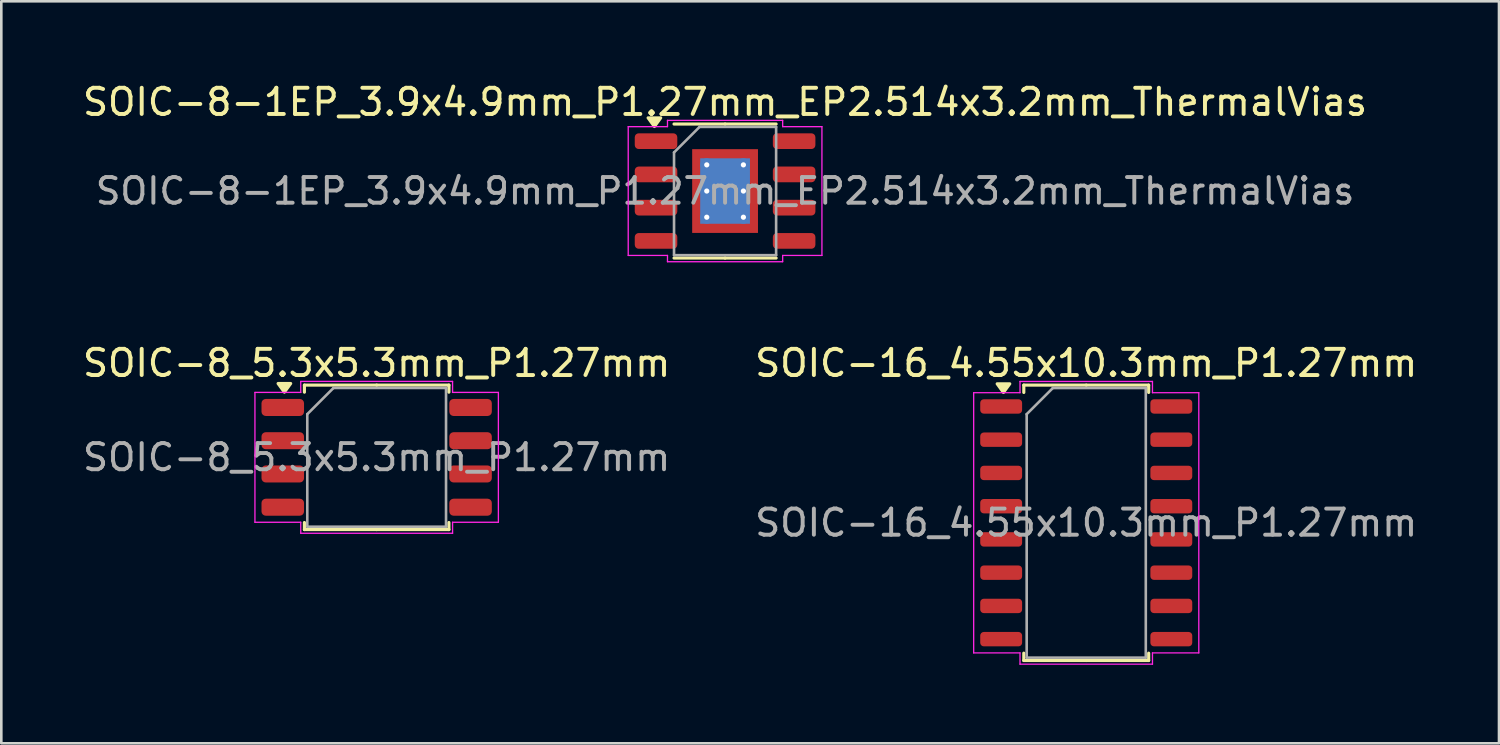
<source format=kicad_pcb>
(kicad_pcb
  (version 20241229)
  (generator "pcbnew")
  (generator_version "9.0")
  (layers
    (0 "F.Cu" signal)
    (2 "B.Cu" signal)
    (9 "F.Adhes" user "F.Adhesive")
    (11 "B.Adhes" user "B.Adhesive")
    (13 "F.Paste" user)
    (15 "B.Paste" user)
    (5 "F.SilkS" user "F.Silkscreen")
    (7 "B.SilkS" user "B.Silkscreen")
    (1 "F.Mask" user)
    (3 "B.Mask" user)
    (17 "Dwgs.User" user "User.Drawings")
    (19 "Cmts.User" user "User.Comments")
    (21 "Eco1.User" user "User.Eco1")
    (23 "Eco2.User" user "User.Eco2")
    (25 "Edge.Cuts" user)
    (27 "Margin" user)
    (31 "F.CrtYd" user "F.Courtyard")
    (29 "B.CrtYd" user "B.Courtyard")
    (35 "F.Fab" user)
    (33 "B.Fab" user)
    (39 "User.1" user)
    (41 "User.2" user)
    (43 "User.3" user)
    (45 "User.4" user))
  (footprint "SOIC-16_4.55x10.3mm_P1.27mm"
    (layer "F.Cu")
    (at 38.446 16.922)
    (property "Reference" "SOIC-16_4.55x10.3mm_P1.27mm" (at 0 -6.1 0) (layer "F.SilkS") (effects (font (size 1 1) (thickness 0.15))))
    (attr smd)
    (fp_line (start -2.385 -5.26) (end -2.385 -4.98) (stroke (width 0.12) (type solid)) (layer "F.SilkS"))
    (fp_line (start -2.385 5.26) (end -2.385 4.98) (stroke (width 0.12) (type solid)) (layer "F.SilkS"))
    (fp_line (start 0 -5.26) (end -2.385 -5.26) (stroke (width 0.12) (type solid)) (layer "F.SilkS"))
    (fp_line (start 0 -5.26) (end 2.385 -5.26) (stroke (width 0.12) (type solid)) (layer "F.SilkS"))
    (fp_line (start 0 5.26) (end -2.385 5.26) (stroke (width 0.12) (type solid)) (layer "F.SilkS"))
    (fp_line (start 0 5.26) (end 2.385 5.26) (stroke (width 0.12) (type solid)) (layer "F.SilkS"))
    (fp_line (start 2.385 -5.26) (end 2.385 -4.98) (stroke (width 0.12) (type solid)) (layer "F.SilkS"))
    (fp_line (start 2.385 5.26) (end 2.385 4.98) (stroke (width 0.12) (type solid)) (layer "F.SilkS"))
    (fp_poly (pts (xy -3.163 -4.98) (xy -3.402 -5.31) (xy -2.922 -5.31)) (stroke (width 0.12) (type solid)) (fill yes) (layer "F.SilkS"))
    (fp_line (start -4.3 -4.97) (end -2.53 -4.97) (stroke (width 0.05) (type solid)) (layer "F.CrtYd"))
    (fp_line (start -4.3 4.97) (end -4.3 -4.97) (stroke (width 0.05) (type solid)) (layer "F.CrtYd"))
    (fp_line (start -2.53 -5.4) (end 2.53 -5.4) (stroke (width 0.05) (type solid)) (layer "F.CrtYd"))
    (fp_line (start -2.53 -4.97) (end -2.53 -5.4) (stroke (width 0.05) (type solid)) (layer "F.CrtYd"))
    (fp_line (start -2.53 4.97) (end -4.3 4.97) (stroke (width 0.05) (type solid)) (layer "F.CrtYd"))
    (fp_line (start -2.53 5.4) (end -2.53 4.97) (stroke (width 0.05) (type solid)) (layer "F.CrtYd"))
    (fp_line (start 2.53 -5.4) (end 2.53 -4.97) (stroke (width 0.05) (type solid)) (layer "F.CrtYd"))
    (fp_line (start 2.53 -4.97) (end 4.3 -4.97) (stroke (width 0.05) (type solid)) (layer "F.CrtYd"))
    (fp_line (start 2.53 4.97) (end 2.53 5.4) (stroke (width 0.05) (type solid)) (layer "F.CrtYd"))
    (fp_line (start 2.53 5.4) (end -2.53 5.4) (stroke (width 0.05) (type solid)) (layer "F.CrtYd"))
    (fp_line (start 4.3 -4.97) (end 4.3 4.97) (stroke (width 0.05) (type solid)) (layer "F.CrtYd"))
    (fp_line (start 4.3 4.97) (end 2.53 4.97) (stroke (width 0.05) (type solid)) (layer "F.CrtYd"))
    (fp_line (start -2.275 -4.15) (end -1.275 -5.15) (stroke (width 0.1) (type solid)) (layer "F.Fab"))
    (fp_line (start -2.275 5.15) (end -2.275 -4.15) (stroke (width 0.1) (type solid)) (layer "F.Fab"))
    (fp_line (start -1.275 -5.15) (end 2.275 -5.15) (stroke (width 0.1) (type solid)) (layer "F.Fab"))
    (fp_line (start 2.275 -5.15) (end 2.275 5.15) (stroke (width 0.1) (type solid)) (layer "F.Fab"))
    (fp_line (start 2.275 5.15) (end -2.275 5.15) (stroke (width 0.1) (type solid)) (layer "F.Fab"))
    (fp_text user "${REFERENCE}" (at 0 0 0) (layer "F.Fab") (effects (font (size 1 1) (thickness 0.15))))
    (pad "1" smd roundrect (at -3.25 -4.445) (size 1.6 0.55) (layers "F.Cu" "F.Mask" "F.Paste") (roundrect_rratio 0.25))
    (pad "2" smd roundrect (at -3.25 -3.175) (size 1.6 0.55) (layers "F.Cu" "F.Mask" "F.Paste") (roundrect_rratio 0.25))
    (pad "3" smd roundrect (at -3.25 -1.905) (size 1.6 0.55) (layers "F.Cu" "F.Mask" "F.Paste") (roundrect_rratio 0.25))
    (pad "4" smd roundrect (at -3.25 -0.635) (size 1.6 0.55) (layers "F.Cu" "F.Mask" "F.Paste") (roundrect_rratio 0.25))
    (pad "5" smd roundrect (at -3.25 0.635) (size 1.6 0.55) (layers "F.Cu" "F.Mask" "F.Paste") (roundrect_rratio 0.25))
    (pad "6" smd roundrect (at -3.25 1.905) (size 1.6 0.55) (layers "F.Cu" "F.Mask" "F.Paste") (roundrect_rratio 0.25))
    (pad "7" smd roundrect (at -3.25 3.175) (size 1.6 0.55) (layers "F.Cu" "F.Mask" "F.Paste") (roundrect_rratio 0.25))
    (pad "8" smd roundrect (at -3.25 4.445) (size 1.6 0.55) (layers "F.Cu" "F.Mask" "F.Paste") (roundrect_rratio 0.25))
    (pad "9" smd roundrect (at 3.25 4.445) (size 1.6 0.55) (layers "F.Cu" "F.Mask" "F.Paste") (roundrect_rratio 0.25))
    (pad "10" smd roundrect (at 3.25 3.175) (size 1.6 0.55) (layers "F.Cu" "F.Mask" "F.Paste") (roundrect_rratio 0.25))
    (pad "11" smd roundrect (at 3.25 1.905) (size 1.6 0.55) (layers "F.Cu" "F.Mask" "F.Paste") (roundrect_rratio 0.25))
    (pad "12" smd roundrect (at 3.25 0.635) (size 1.6 0.55) (layers "F.Cu" "F.Mask" "F.Paste") (roundrect_rratio 0.25))
    (pad "13" smd roundrect (at 3.25 -0.635) (size 1.6 0.55) (layers "F.Cu" "F.Mask" "F.Paste") (roundrect_rratio 0.25))
    (pad "14" smd roundrect (at 3.25 -1.905) (size 1.6 0.55) (layers "F.Cu" "F.Mask" "F.Paste") (roundrect_rratio 0.25))
    (pad "15" smd roundrect (at 3.25 -3.175) (size 1.6 0.55) (layers "F.Cu" "F.Mask" "F.Paste") (roundrect_rratio 0.25))
    (pad "16" smd roundrect (at 3.25 -4.445) (size 1.6 0.55) (layers "F.Cu" "F.Mask" "F.Paste") (roundrect_rratio 0.25)))
  (footprint "SOIC-8-1EP_3.9x4.9mm_P1.27mm_EP2.514x3.2mm_ThermalVias"
    (layer "F.Cu")
    (at 24.649 4.248)
    (property "Reference" "SOIC-8-1EP_3.9x4.9mm_P1.27mm_EP2.514x3.2mm_ThermalVias" (at 0 -3.4 0) (layer "F.SilkS") (effects (font (size 1 1) (thickness 0.15))))
    (attr smd)
    (fp_line (start 0 -2.56) (end -1.95 -2.56) (stroke (width 0.12) (type solid)) (layer "F.SilkS"))
    (fp_line (start 0 -2.56) (end 1.95 -2.56) (stroke (width 0.12) (type solid)) (layer "F.SilkS"))
    (fp_line (start 0 2.56) (end -1.95 2.56) (stroke (width 0.12) (type solid)) (layer "F.SilkS"))
    (fp_line (start 0 2.56) (end 1.95 2.56) (stroke (width 0.12) (type solid)) (layer "F.SilkS"))
    (fp_poly (pts (xy -2.7 -2.465) (xy -2.94 -2.795) (xy -2.46 -2.795)) (stroke (width 0.12) (type solid)) (fill yes) (layer "F.SilkS"))
    (fp_line (start -3.7 -2.46) (end -2.2 -2.46) (stroke (width 0.05) (type solid)) (layer "F.CrtYd"))
    (fp_line (start -3.7 2.46) (end -3.7 -2.46) (stroke (width 0.05) (type solid)) (layer "F.CrtYd"))
    (fp_line (start -2.2 -2.7) (end 2.2 -2.7) (stroke (width 0.05) (type solid)) (layer "F.CrtYd"))
    (fp_line (start -2.2 -2.46) (end -2.2 -2.7) (stroke (width 0.05) (type solid)) (layer "F.CrtYd"))
    (fp_line (start -2.2 2.46) (end -3.7 2.46) (stroke (width 0.05) (type solid)) (layer "F.CrtYd"))
    (fp_line (start -2.2 2.7) (end -2.2 2.46) (stroke (width 0.05) (type solid)) (layer "F.CrtYd"))
    (fp_line (start 2.2 -2.7) (end 2.2 -2.46) (stroke (width 0.05) (type solid)) (layer "F.CrtYd"))
    (fp_line (start 2.2 -2.46) (end 3.7 -2.46) (stroke (width 0.05) (type solid)) (layer "F.CrtYd"))
    (fp_line (start 2.2 2.46) (end 2.2 2.7) (stroke (width 0.05) (type solid)) (layer "F.CrtYd"))
    (fp_line (start 2.2 2.7) (end -2.2 2.7) (stroke (width 0.05) (type solid)) (layer "F.CrtYd"))
    (fp_line (start 3.7 -2.46) (end 3.7 2.46) (stroke (width 0.05) (type solid)) (layer "F.CrtYd"))
    (fp_line (start 3.7 2.46) (end 2.2 2.46) (stroke (width 0.05) (type solid)) (layer "F.CrtYd"))
    (fp_line (start -1.95 -1.475) (end -0.975 -2.45) (stroke (width 0.1) (type solid)) (layer "F.Fab"))
    (fp_line (start -1.95 2.45) (end -1.95 -1.475) (stroke (width 0.1) (type solid)) (layer "F.Fab"))
    (fp_line (start -0.975 -2.45) (end 1.95 -2.45) (stroke (width 0.1) (type solid)) (layer "F.Fab"))
    (fp_line (start 1.95 -2.45) (end 1.95 2.45) (stroke (width 0.1) (type solid)) (layer "F.Fab"))
    (fp_line (start 1.95 2.45) (end -1.95 2.45) (stroke (width 0.1) (type solid)) (layer "F.Fab"))
    (fp_text user "${REFERENCE}" (at 0 0 0) (layer "F.Fab") (effects (font (size 0.98 0.98) (thickness 0.15))))
    (pad "" smd roundrect (at -0.63 -0.8) (size 1.05 1.34) (layers "F.Paste") (roundrect_rratio 0.238))
    (pad "" smd roundrect (at -0.63 0.8) (size 1.05 1.34) (layers "F.Paste") (roundrect_rratio 0.238))
    (pad "" smd roundrect (at 0.63 -0.8) (size 1.05 1.34) (layers "F.Paste") (roundrect_rratio 0.238))
    (pad "" smd roundrect (at 0.63 0.8) (size 1.05 1.34) (layers "F.Paste") (roundrect_rratio 0.238))
    (pad "1" smd roundrect (at -2.638 -1.905) (size 1.625 0.6) (layers "F.Cu" "F.Mask" "F.Paste") (roundrect_rratio 0.25))
    (pad "2" smd roundrect (at -2.638 -0.635) (size 1.625 0.6) (layers "F.Cu" "F.Mask" "F.Paste") (roundrect_rratio 0.25))
    (pad "3" smd roundrect (at -2.638 0.635) (size 1.625 0.6) (layers "F.Cu" "F.Mask" "F.Paste") (roundrect_rratio 0.25))
    (pad "4" smd roundrect (at -2.638 1.905) (size 1.625 0.6) (layers "F.Cu" "F.Mask" "F.Paste") (roundrect_rratio 0.25))
    (pad "5" smd roundrect (at 2.638 1.905) (size 1.625 0.6) (layers "F.Cu" "F.Mask" "F.Paste") (roundrect_rratio 0.25))
    (pad "6" smd roundrect (at 2.638 0.635) (size 1.625 0.6) (layers "F.Cu" "F.Mask" "F.Paste") (roundrect_rratio 0.25))
    (pad "7" smd roundrect (at 2.638 -0.635) (size 1.625 0.6) (layers "F.Cu" "F.Mask" "F.Paste") (roundrect_rratio 0.25))
    (pad "8" smd roundrect (at 2.638 -1.905) (size 1.625 0.6) (layers "F.Cu" "F.Mask" "F.Paste") (roundrect_rratio 0.25))
    (pad "9" thru_hole circle (at -0.7 -1) (size 0.5 0.5) (drill 0.2) (property pad_prop_heatsink) (layers "*.Cu"))
    (pad "9" thru_hole circle (at -0.7 0) (size 0.5 0.5) (drill 0.2) (property pad_prop_heatsink) (layers "*.Cu"))
    (pad "9" thru_hole circle (at -0.7 1) (size 0.5 0.5) (drill 0.2) (property pad_prop_heatsink) (layers "*.Cu"))
    (pad "9" smd rect (at 0 0) (size 1.9 2.5) (property pad_prop_heatsink) (layers "B.Cu"))
    (pad "9" smd rect (at 0 0) (size 2.514 3.2) (property pad_prop_heatsink) (layers "F.Cu" "F.Mask"))
    (pad "9" thru_hole circle (at 0.7 -1) (size 0.5 0.5) (drill 0.2) (property pad_prop_heatsink) (layers "*.Cu"))
    (pad "9" thru_hole circle (at 0.7 0) (size 0.5 0.5) (drill 0.2) (property pad_prop_heatsink) (layers "*.Cu"))
    (pad "9" thru_hole circle (at 0.7 1) (size 0.5 0.5) (drill 0.2) (property pad_prop_heatsink) (layers "*.Cu")))
  (footprint "SOIC-8_5.3x5.3mm_P1.27mm"
    (layer "F.Cu")
    (at 11.339 14.421)
    (property "Reference" "SOIC-8_5.3x5.3mm_P1.27mm" (at 0 -3.6 0) (layer "F.SilkS") (effects (font (size 1 1) (thickness 0.15))))
    (attr smd)
    (fp_line (start -2.76 -2.76) (end -2.76 -2.49) (stroke (width 0.12) (type solid)) (layer "F.SilkS"))
    (fp_line (start -2.76 2.76) (end -2.76 2.49) (stroke (width 0.12) (type solid)) (layer "F.SilkS"))
    (fp_line (start 0 -2.76) (end -2.76 -2.76) (stroke (width 0.12) (type solid)) (layer "F.SilkS"))
    (fp_line (start 0 -2.76) (end 2.76 -2.76) (stroke (width 0.12) (type solid)) (layer "F.SilkS"))
    (fp_line (start 0 2.76) (end -2.76 2.76) (stroke (width 0.12) (type solid)) (layer "F.SilkS"))
    (fp_line (start 0 2.76) (end 2.76 2.76) (stroke (width 0.12) (type solid)) (layer "F.SilkS"))
    (fp_line (start 2.76 -2.76) (end 2.76 -2.49) (stroke (width 0.12) (type solid)) (layer "F.SilkS"))
    (fp_line (start 2.76 2.76) (end 2.76 2.49) (stroke (width 0.12) (type solid)) (layer "F.SilkS"))
    (fp_poly (pts (xy -3.525 -2.49) (xy -3.765 -2.82) (xy -3.285 -2.82)) (stroke (width 0.12) (type solid)) (fill yes) (layer "F.SilkS"))
    (fp_line (start -4.65 -2.48) (end -2.9 -2.48) (stroke (width 0.05) (type solid)) (layer "F.CrtYd"))
    (fp_line (start -4.65 2.48) (end -4.65 -2.48) (stroke (width 0.05) (type solid)) (layer "F.CrtYd"))
    (fp_line (start -2.9 -2.9) (end 2.9 -2.9) (stroke (width 0.05) (type solid)) (layer "F.CrtYd"))
    (fp_line (start -2.9 -2.48) (end -2.9 -2.9) (stroke (width 0.05) (type solid)) (layer "F.CrtYd"))
    (fp_line (start -2.9 2.48) (end -4.65 2.48) (stroke (width 0.05) (type solid)) (layer "F.CrtYd"))
    (fp_line (start -2.9 2.9) (end -2.9 2.48) (stroke (width 0.05) (type solid)) (layer "F.CrtYd"))
    (fp_line (start 2.9 -2.9) (end 2.9 -2.48) (stroke (width 0.05) (type solid)) (layer "F.CrtYd"))
    (fp_line (start 2.9 -2.48) (end 4.65 -2.48) (stroke (width 0.05) (type solid)) (layer "F.CrtYd"))
    (fp_line (start 2.9 2.48) (end 2.9 2.9) (stroke (width 0.05) (type solid)) (layer "F.CrtYd"))
    (fp_line (start 2.9 2.9) (end -2.9 2.9) (stroke (width 0.05) (type solid)) (layer "F.CrtYd"))
    (fp_line (start 4.65 -2.48) (end 4.65 2.48) (stroke (width 0.05) (type solid)) (layer "F.CrtYd"))
    (fp_line (start 4.65 2.48) (end 2.9 2.48) (stroke (width 0.05) (type solid)) (layer "F.CrtYd"))
    (fp_line (start -2.65 -1.65) (end -1.65 -2.65) (stroke (width 0.1) (type solid)) (layer "F.Fab"))
    (fp_line (start -2.65 2.65) (end -2.65 -1.65) (stroke (width 0.1) (type solid)) (layer "F.Fab"))
    (fp_line (start -1.65 -2.65) (end 2.65 -2.65) (stroke (width 0.1) (type solid)) (layer "F.Fab"))
    (fp_line (start 2.65 -2.65) (end 2.65 2.65) (stroke (width 0.1) (type solid)) (layer "F.Fab"))
    (fp_line (start 2.65 2.65) (end -2.65 2.65) (stroke (width 0.1) (type solid)) (layer "F.Fab"))
    (fp_text user "${REFERENCE}" (at 0 0 0) (layer "F.Fab") (effects (font (size 1 1) (thickness 0.15))))
    (pad "1" smd roundrect (at -3.587 -1.905) (size 1.625 0.65) (layers "F.Cu" "F.Mask" "F.Paste") (roundrect_rratio 0.25))
    (pad "2" smd roundrect (at -3.587 -0.635) (size 1.625 0.65) (layers "F.Cu" "F.Mask" "F.Paste") (roundrect_rratio 0.25))
    (pad "3" smd roundrect (at -3.587 0.635) (size 1.625 0.65) (layers "F.Cu" "F.Mask" "F.Paste") (roundrect_rratio 0.25))
    (pad "4" smd roundrect (at -3.587 1.905) (size 1.625 0.65) (layers "F.Cu" "F.Mask" "F.Paste") (roundrect_rratio 0.25))
    (pad "5" smd roundrect (at 3.587 1.905) (size 1.625 0.65) (layers "F.Cu" "F.Mask" "F.Paste") (roundrect_rratio 0.25))
    (pad "6" smd roundrect (at 3.587 0.635) (size 1.625 0.65) (layers "F.Cu" "F.Mask" "F.Paste") (roundrect_rratio 0.25))
    (pad "7" smd roundrect (at 3.587 -0.635) (size 1.625 0.65) (layers "F.Cu" "F.Mask" "F.Paste") (roundrect_rratio 0.25))
    (pad "8" smd roundrect (at 3.587 -1.905) (size 1.625 0.65) (layers "F.Cu" "F.Mask" "F.Paste") (roundrect_rratio 0.25)))
  (gr_rect
    (start -3 -3)
    (end 54.214 25.346)
    (stroke (width 0.1) (type default))
    (fill no)
    (layer "Edge.Cuts")))
</source>
